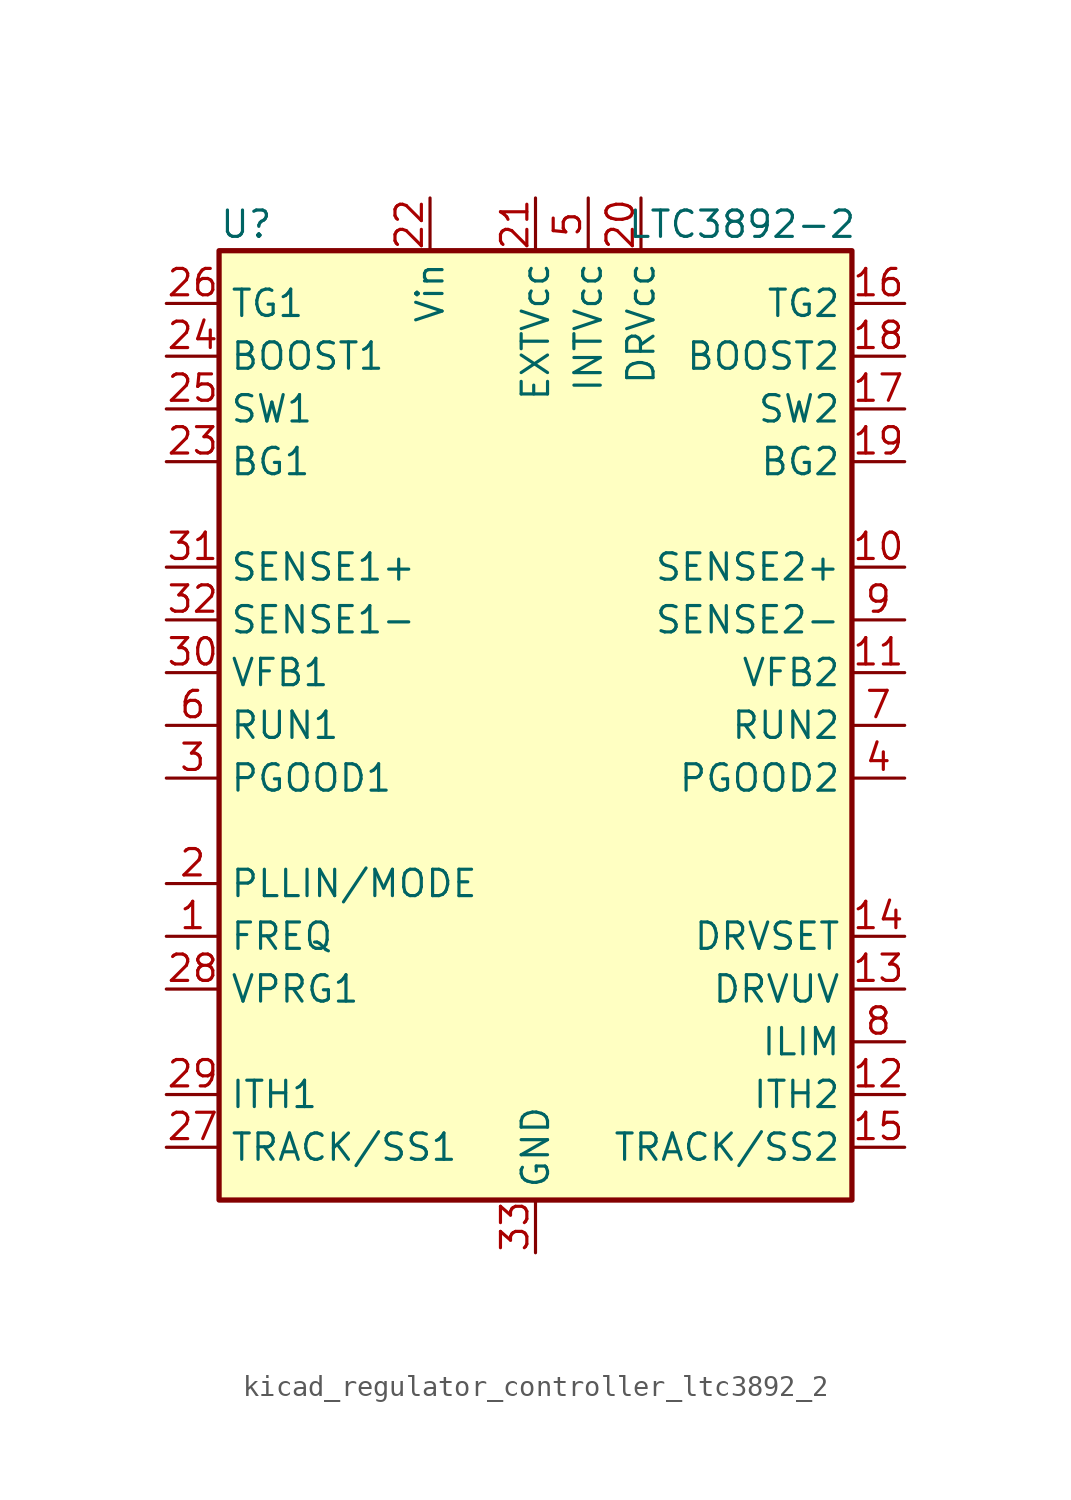
<source format=kicad_sym>
(kicad_symbol_lib
  (version 20220914)
  (generator kicad_symbol_editor)
  (symbol "kicad_regulator_controller_ltc3892_2"
    (property "Reference" "U"
      (at -15.24 24.13 0)
      (effects (font (size 1.27 1.27)) (justify left)))
    (property "Value" "LTC3892-2"
      (at 15.494 24.13 0)
      (effects (font (size 1.27 1.27)) (justify right)))
    (symbol "kicad_regulator_controller_ltc3892_2_0_1"
      (rectangle (start -15.24 22.86) (end 15.24 -22.86) (stroke (width 0.254) (type default)) (fill (type background))))
    (symbol "kicad_regulator_controller_ltc3892_2_1_1"
      (pin input line (at -17.78 -10.16 0) (length 2.54) (name "FREQ" (effects (font (size 1.27 1.27)))) (number "1" (effects (font (size 1.27 1.27)))))
      (pin input line (at 17.78 7.62 180) (length 2.54) (name "SENSE2+" (effects (font (size 1.27 1.27)))) (number "10" (effects (font (size 1.27 1.27)))))
      (pin input line (at 17.78 2.54 180) (length 2.54) (name "VFB2" (effects (font (size 1.27 1.27)))) (number "11" (effects (font (size 1.27 1.27)))))
      (pin passive line (at 17.78 -17.78 180) (length 2.54) (name "ITH2" (effects (font (size 1.27 1.27)))) (number "12" (effects (font (size 1.27 1.27)))))
      (pin input line (at 17.78 -12.7 180) (length 2.54) (name "DRVUV" (effects (font (size 1.27 1.27)))) (number "13" (effects (font (size 1.27 1.27)))))
      (pin input line (at 17.78 -10.16 180) (length 2.54) (name "DRVSET" (effects (font (size 1.27 1.27)))) (number "14" (effects (font (size 1.27 1.27)))))
      (pin input line (at 17.78 -20.32 180) (length 2.54) (name "TRACK/SS2" (effects (font (size 1.27 1.27)))) (number "15" (effects (font (size 1.27 1.27)))))
      (pin output line (at 17.78 20.32 180) (length 2.54) (name "TG2" (effects (font (size 1.27 1.27)))) (number "16" (effects (font (size 1.27 1.27)))))
      (pin output line (at 17.78 15.24 180) (length 2.54) (name "SW2" (effects (font (size 1.27 1.27)))) (number "17" (effects (font (size 1.27 1.27)))))
      (pin output line (at 17.78 17.78 180) (length 2.54) (name "BOOST2" (effects (font (size 1.27 1.27)))) (number "18" (effects (font (size 1.27 1.27)))))
      (pin output line (at 17.78 12.7 180) (length 2.54) (name "BG2" (effects (font (size 1.27 1.27)))) (number "19" (effects (font (size 1.27 1.27)))))
      (pin input line (at -17.78 -7.62 0) (length 2.54) (name "PLLIN/MODE" (effects (font (size 1.27 1.27)))) (number "2" (effects (font (size 1.27 1.27)))))
      (pin power_out line (at 5.08 25.4 270) (length 2.54) (name "DRVcc" (effects (font (size 1.27 1.27)))) (number "20" (effects (font (size 1.27 1.27)))))
      (pin power_in line (at 0 25.4 270) (length 2.54) (name "EXTVcc" (effects (font (size 1.27 1.27)))) (number "21" (effects (font (size 1.27 1.27)))))
      (pin power_in line (at -5.08 25.4 270) (length 2.54) (name "Vin" (effects (font (size 1.27 1.27)))) (number "22" (effects (font (size 1.27 1.27)))))
      (pin output line (at -17.78 12.7 0) (length 2.54) (name "BG1" (effects (font (size 1.27 1.27)))) (number "23" (effects (font (size 1.27 1.27)))))
      (pin output line (at -17.78 17.78 0) (length 2.54) (name "BOOST1" (effects (font (size 1.27 1.27)))) (number "24" (effects (font (size 1.27 1.27)))))
      (pin output line (at -17.78 15.24 0) (length 2.54) (name "SW1" (effects (font (size 1.27 1.27)))) (number "25" (effects (font (size 1.27 1.27)))))
      (pin output line (at -17.78 20.32 0) (length 2.54) (name "TG1" (effects (font (size 1.27 1.27)))) (number "26" (effects (font (size 1.27 1.27)))))
      (pin input line (at -17.78 -20.32 0) (length 2.54) (name "TRACK/SS1" (effects (font (size 1.27 1.27)))) (number "27" (effects (font (size 1.27 1.27)))))
      (pin passive line (at -17.78 -12.7 0) (length 2.54) (name "VPRG1" (effects (font (size 1.27 1.27)))) (number "28" (effects (font (size 1.27 1.27)))))
      (pin passive line (at -17.78 -17.78 0) (length 2.54) (name "ITH1" (effects (font (size 1.27 1.27)))) (number "29" (effects (font (size 1.27 1.27)))))
      (pin output line (at -17.78 -2.54 0) (length 2.54) (name "PGOOD1" (effects (font (size 1.27 1.27)))) (number "3" (effects (font (size 1.27 1.27)))))
      (pin input line (at -17.78 2.54 0) (length 2.54) (name "VFB1" (effects (font (size 1.27 1.27)))) (number "30" (effects (font (size 1.27 1.27)))))
      (pin input line (at -17.78 7.62 0) (length 2.54) (name "SENSE1+" (effects (font (size 1.27 1.27)))) (number "31" (effects (font (size 1.27 1.27)))))
      (pin input line (at -17.78 5.08 0) (length 2.54) (name "SENSE1-" (effects (font (size 1.27 1.27)))) (number "32" (effects (font (size 1.27 1.27)))))
      (pin power_in line (at 0 -25.4 90) (length 2.54) (name "GND" (effects (font (size 1.27 1.27)))) (number "33" (effects (font (size 1.27 1.27)))))
      (pin output line (at 17.78 -2.54 180) (length 2.54) (name "PGOOD2" (effects (font (size 1.27 1.27)))) (number "4" (effects (font (size 1.27 1.27)))))
      (pin power_out line (at 2.54 25.4 270) (length 2.54) (name "INTVcc" (effects (font (size 1.27 1.27)))) (number "5" (effects (font (size 1.27 1.27)))))
      (pin input line (at -17.78 0 0) (length 2.54) (name "RUN1" (effects (font (size 1.27 1.27)))) (number "6" (effects (font (size 1.27 1.27)))))
      (pin input line (at 17.78 0 180) (length 2.54) (name "RUN2" (effects (font (size 1.27 1.27)))) (number "7" (effects (font (size 1.27 1.27)))))
      (pin input line (at 17.78 -15.24 180) (length 2.54) (name "ILIM" (effects (font (size 1.27 1.27)))) (number "8" (effects (font (size 1.27 1.27)))))
      (pin input line (at 17.78 5.08 180) (length 2.54) (name "SENSE2-" (effects (font (size 1.27 1.27)))) (number "9" (effects (font (size 1.27 1.27))))))))
</source>
